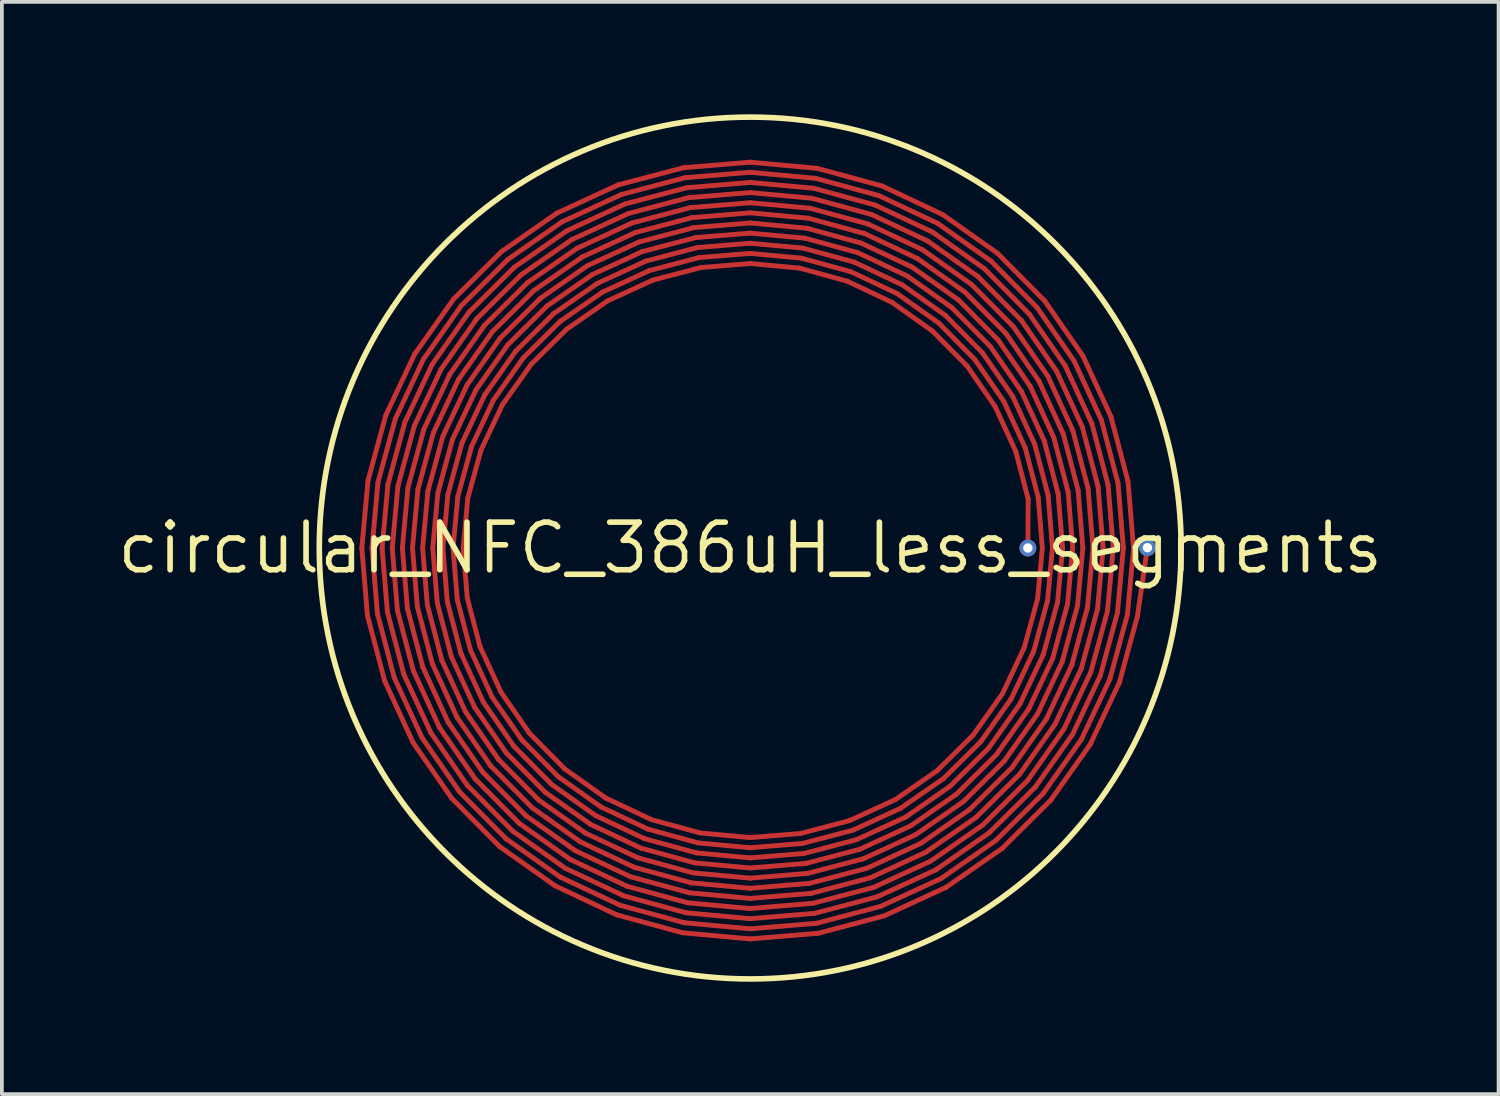
<source format=kicad_pcb>
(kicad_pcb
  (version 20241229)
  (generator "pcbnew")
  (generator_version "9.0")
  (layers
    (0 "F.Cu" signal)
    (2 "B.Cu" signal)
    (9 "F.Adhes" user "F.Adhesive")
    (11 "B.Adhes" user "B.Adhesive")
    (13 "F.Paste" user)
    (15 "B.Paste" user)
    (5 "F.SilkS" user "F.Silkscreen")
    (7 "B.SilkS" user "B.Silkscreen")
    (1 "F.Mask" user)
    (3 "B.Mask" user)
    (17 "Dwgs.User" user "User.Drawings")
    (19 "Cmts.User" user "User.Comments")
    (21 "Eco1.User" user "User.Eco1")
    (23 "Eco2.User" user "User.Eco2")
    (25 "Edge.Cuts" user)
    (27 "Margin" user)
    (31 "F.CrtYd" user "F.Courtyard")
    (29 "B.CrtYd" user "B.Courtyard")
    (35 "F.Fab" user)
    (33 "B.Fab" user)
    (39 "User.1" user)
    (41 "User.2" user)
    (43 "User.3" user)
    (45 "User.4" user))
  (footprint "circular_NFC_386uH_less_segments"
    (layer "F.Cu")
    (at 16.971 11.575)
    (property "Reference" "circular_NFC_386uH_less_segments" (at 0 0 0) (layer "F.SilkS") (effects (font (size 1.27 1.27) (thickness 0.15))))
    (fp_line (start -10.365 0) (end -10.2 -1.799) (stroke (width 0.13) (type default)) (layer "F.Cu"))
    (fp_line (start -10.215 1.801) (end -10.365 0) (stroke (width 0.13) (type default)) (layer "F.Cu"))
    (fp_line (start -10.2 -1.799) (end -9.726 -3.54) (stroke (width 0.13) (type default)) (layer "F.Cu"))
    (fp_line (start -10.094 0) (end -9.934 -1.752) (stroke (width 0.13) (type default)) (layer "F.Cu"))
    (fp_line (start -9.948 1.754) (end -10.094 0) (stroke (width 0.13) (type default)) (layer "F.Cu"))
    (fp_line (start -9.934 -1.752) (end -9.471 -3.447) (stroke (width 0.13) (type default)) (layer "F.Cu"))
    (fp_line (start -9.824 0) (end -9.667 -1.705) (stroke (width 0.13) (type default)) (layer "F.Cu"))
    (fp_line (start -9.754 3.55) (end -10.215 1.801) (stroke (width 0.13) (type default)) (layer "F.Cu"))
    (fp_line (start -9.726 -3.54) (end -8.957 -5.171) (stroke (width 0.13) (type default)) (layer "F.Cu"))
    (fp_line (start -9.682 1.707) (end -9.824 0) (stroke (width 0.13) (type default)) (layer "F.Cu"))
    (fp_line (start -9.667 -1.705) (end -9.217 -3.355) (stroke (width 0.13) (type default)) (layer "F.Cu"))
    (fp_line (start -9.553 0) (end -9.401 -1.658) (stroke (width 0.13) (type default)) (layer "F.Cu"))
    (fp_line (start -9.5 3.458) (end -9.948 1.754) (stroke (width 0.13) (type default)) (layer "F.Cu"))
    (fp_line (start -9.471 -3.447) (end -8.722 -5.036) (stroke (width 0.13) (type default)) (layer "F.Cu"))
    (fp_line (start -9.416 1.66) (end -9.553 0) (stroke (width 0.13) (type default)) (layer "F.Cu"))
    (fp_line (start -9.401 -1.658) (end -8.963 -3.262) (stroke (width 0.13) (type default)) (layer "F.Cu"))
    (fp_line (start -9.283 0) (end -9.135 -1.611) (stroke (width 0.13) (type default)) (layer "F.Cu"))
    (fp_line (start -9.246 3.365) (end -9.682 1.707) (stroke (width 0.13) (type default)) (layer "F.Cu"))
    (fp_line (start -9.217 -3.355) (end -8.488 -4.901) (stroke (width 0.13) (type default)) (layer "F.Cu"))
    (fp_line (start -9.149 1.613) (end -9.283 0) (stroke (width 0.13) (type default)) (layer "F.Cu"))
    (fp_line (start -9.135 -1.611) (end -8.709 -3.17) (stroke (width 0.13) (type default)) (layer "F.Cu"))
    (fp_line (start -9.013 0) (end -8.868 -1.564) (stroke (width 0.13) (type default)) (layer "F.Cu"))
    (fp_line (start -8.996 5.194) (end -9.754 3.55) (stroke (width 0.13) (type default)) (layer "F.Cu"))
    (fp_line (start -8.991 3.273) (end -9.416 1.66) (stroke (width 0.13) (type default)) (layer "F.Cu"))
    (fp_line (start -8.963 -3.262) (end -8.254 -4.765) (stroke (width 0.13) (type default)) (layer "F.Cu"))
    (fp_line (start -8.957 -5.171) (end -7.917 -6.643) (stroke (width 0.13) (type default)) (layer "F.Cu"))
    (fp_line (start -8.883 1.566) (end -9.013 0) (stroke (width 0.13) (type default)) (layer "F.Cu"))
    (fp_line (start -8.868 -1.564) (end -8.455 -3.077) (stroke (width 0.13) (type default)) (layer "F.Cu"))
    (fp_line (start -8.761 5.058) (end -9.5 3.458) (stroke (width 0.13) (type default)) (layer "F.Cu"))
    (fp_line (start -8.742 0) (end -8.602 -1.517) (stroke (width 0.13) (type default)) (layer "F.Cu"))
    (fp_line (start -8.737 3.18) (end -9.149 1.613) (stroke (width 0.13) (type default)) (layer "F.Cu"))
    (fp_line (start -8.722 -5.036) (end -7.71 -6.469) (stroke (width 0.13) (type default)) (layer "F.Cu"))
    (fp_line (start -8.709 -3.17) (end -8.02 -4.63) (stroke (width 0.13) (type default)) (layer "F.Cu"))
    (fp_line (start -8.617 1.519) (end -8.742 0) (stroke (width 0.13) (type default)) (layer "F.Cu"))
    (fp_line (start -8.602 -1.517) (end -8.201 -2.985) (stroke (width 0.13) (type default)) (layer "F.Cu"))
    (fp_line (start -8.527 4.923) (end -9.246 3.365) (stroke (width 0.13) (type default)) (layer "F.Cu"))
    (fp_line (start -8.488 -4.901) (end -7.503 -6.295) (stroke (width 0.13) (type default)) (layer "F.Cu"))
    (fp_line (start -8.483 3.088) (end -8.883 1.566) (stroke (width 0.13) (type default)) (layer "F.Cu"))
    (fp_line (start -8.472 0) (end -8.336 -1.47) (stroke (width 0.13) (type default)) (layer "F.Cu"))
    (fp_line (start -8.455 -3.077) (end -7.786 -4.495) (stroke (width 0.13) (type default)) (layer "F.Cu"))
    (fp_line (start -8.35 1.472) (end -8.472 0) (stroke (width 0.13) (type default)) (layer "F.Cu"))
    (fp_line (start -8.336 -1.47) (end -7.947 -2.892) (stroke (width 0.13) (type default)) (layer "F.Cu"))
    (fp_line (start -8.293 4.788) (end -8.991 3.273) (stroke (width 0.13) (type default)) (layer "F.Cu"))
    (fp_line (start -8.254 -4.765) (end -7.295 -6.122) (stroke (width 0.13) (type default)) (layer "F.Cu"))
    (fp_line (start -8.229 2.995) (end -8.617 1.519) (stroke (width 0.13) (type default)) (layer "F.Cu"))
    (fp_line (start -8.201 0) (end -8.069 -1.423) (stroke (width 0.13) (type default)) (layer "F.Cu"))
    (fp_line (start -8.201 -2.985) (end -7.551 -4.36) (stroke (width 0.13) (type default)) (layer "F.Cu"))
    (fp_line (start -8.084 1.425) (end -8.201 0) (stroke (width 0.13) (type default)) (layer "F.Cu"))
    (fp_line (start -8.069 -1.423) (end -7.693 -2.8) (stroke (width 0.13) (type default)) (layer "F.Cu"))
    (fp_line (start -8.059 4.653) (end -8.737 3.18) (stroke (width 0.13) (type default)) (layer "F.Cu"))
    (fp_line (start -8.02 -4.63) (end -7.088 -5.948) (stroke (width 0.13) (type default)) (layer "F.Cu"))
    (fp_line (start -7.975 2.903) (end -8.35 1.472) (stroke (width 0.13) (type default)) (layer "F.Cu"))
    (fp_line (start -7.963 6.682) (end -8.996 5.194) (stroke (width 0.13) (type default)) (layer "F.Cu"))
    (fp_line (start -7.947 -2.892) (end -7.317 -4.225) (stroke (width 0.13) (type default)) (layer "F.Cu"))
    (fp_line (start -7.931 0) (end -7.803 -1.376) (stroke (width 0.13) (type default)) (layer "F.Cu"))
    (fp_line (start -7.917 -6.643) (end -6.638 -7.911) (stroke (width 0.13) (type default)) (layer "F.Cu"))
    (fp_line (start -7.825 4.518) (end -8.483 3.088) (stroke (width 0.13) (type default)) (layer "F.Cu"))
    (fp_line (start -7.818 1.378) (end -7.931 0) (stroke (width 0.13) (type default)) (layer "F.Cu"))
    (fp_line (start -7.803 -1.376) (end -7.438 -2.707) (stroke (width 0.13) (type default)) (layer "F.Cu"))
    (fp_line (start -7.786 -4.495) (end -6.881 -5.774) (stroke (width 0.13) (type default)) (layer "F.Cu"))
    (fp_line (start -7.756 6.508) (end -8.761 5.058) (stroke (width 0.13) (type default)) (layer "F.Cu"))
    (fp_line (start -7.721 2.81) (end -8.084 1.425) (stroke (width 0.13) (type default)) (layer "F.Cu"))
    (fp_line (start -7.71 -6.469) (end -6.464 -7.704) (stroke (width 0.13) (type default)) (layer "F.Cu"))
    (fp_line (start -7.693 -2.8) (end -7.083 -4.089) (stroke (width 0.13) (type default)) (layer "F.Cu"))
    (fp_line (start -7.66 0) (end -7.537 -1.329) (stroke (width 0.13) (type default)) (layer "F.Cu"))
    (fp_line (start -7.59 4.382) (end -8.229 2.995) (stroke (width 0.13) (type default)) (layer "F.Cu"))
    (fp_line (start -7.551 1.332) (end -7.66 0) (stroke (width 0.13) (type default)) (layer "F.Cu"))
    (fp_line (start -7.551 -4.36) (end -6.674 -5.6) (stroke (width 0.13) (type default)) (layer "F.Cu"))
    (fp_line (start -7.549 6.334) (end -8.527 4.923) (stroke (width 0.13) (type default)) (layer "F.Cu"))
    (fp_line (start -7.537 -1.329) (end -7.184 -2.615) (stroke (width 0.13) (type default)) (layer "F.Cu"))
    (fp_line (start -7.503 -6.295) (end -6.291 -7.497) (stroke (width 0.13) (type default)) (layer "F.Cu"))
    (fp_line (start -7.467 2.718) (end -7.818 1.378) (stroke (width 0.13) (type default)) (layer "F.Cu"))
    (fp_line (start -7.438 -2.707) (end -6.849 -3.954) (stroke (width 0.13) (type default)) (layer "F.Cu"))
    (fp_line (start -7.356 4.247) (end -7.975 2.903) (stroke (width 0.13) (type default)) (layer "F.Cu"))
    (fp_line (start -7.341 6.16) (end -8.293 4.788) (stroke (width 0.13) (type default)) (layer "F.Cu"))
    (fp_line (start -7.317 -4.225) (end -6.467 -5.426) (stroke (width 0.13) (type default)) (layer "F.Cu"))
    (fp_line (start -7.295 -6.122) (end -6.117 -7.29) (stroke (width 0.13) (type default)) (layer "F.Cu"))
    (fp_line (start -7.213 2.625) (end -7.551 1.332) (stroke (width 0.13) (type default)) (layer "F.Cu"))
    (fp_line (start -7.184 -2.615) (end -6.615 -3.819) (stroke (width 0.13) (type default)) (layer "F.Cu"))
    (fp_line (start -7.134 5.986) (end -8.059 4.653) (stroke (width 0.13) (type default)) (layer "F.Cu"))
    (fp_line (start -7.122 4.112) (end -7.721 2.81) (stroke (width 0.13) (type default)) (layer "F.Cu"))
    (fp_line (start -7.088 -5.948) (end -5.943 -7.082) (stroke (width 0.13) (type default)) (layer "F.Cu"))
    (fp_line (start -7.083 -4.089) (end -6.26 -5.252) (stroke (width 0.13) (type default)) (layer "F.Cu"))
    (fp_line (start -6.927 5.813) (end -7.825 4.518) (stroke (width 0.13) (type default)) (layer "F.Cu"))
    (fp_line (start -6.888 3.977) (end -7.467 2.718) (stroke (width 0.13) (type default)) (layer "F.Cu"))
    (fp_line (start -6.881 -5.774) (end -5.769 -6.875) (stroke (width 0.13) (type default)) (layer "F.Cu"))
    (fp_line (start -6.849 -3.954) (end -6.052 -5.079) (stroke (width 0.13) (type default)) (layer "F.Cu"))
    (fp_line (start -6.72 5.639) (end -7.59 4.382) (stroke (width 0.13) (type default)) (layer "F.Cu"))
    (fp_line (start -6.686 7.969) (end -7.963 6.682) (stroke (width 0.13) (type default)) (layer "F.Cu"))
    (fp_line (start -6.674 -5.6) (end -5.595 -6.668) (stroke (width 0.13) (type default)) (layer "F.Cu"))
    (fp_line (start -6.654 3.841) (end -7.213 2.625) (stroke (width 0.13) (type default)) (layer "F.Cu"))
    (fp_line (start -6.638 -7.911) (end -5.16 -8.937) (stroke (width 0.13) (type default)) (layer "F.Cu"))
    (fp_line (start -6.615 -3.819) (end -5.845 -4.905) (stroke (width 0.13) (type default)) (layer "F.Cu"))
    (fp_line (start -6.513 5.465) (end -7.356 4.247) (stroke (width 0.13) (type default)) (layer "F.Cu"))
    (fp_line (start -6.513 7.761) (end -7.756 6.508) (stroke (width 0.13) (type default)) (layer "F.Cu"))
    (fp_line (start -6.467 -5.426) (end -5.421 -6.461) (stroke (width 0.13) (type default)) (layer "F.Cu"))
    (fp_line (start -6.464 -7.704) (end -5.025 -8.703) (stroke (width 0.13) (type default)) (layer "F.Cu"))
    (fp_line (start -6.339 7.554) (end -7.549 6.334) (stroke (width 0.13) (type default)) (layer "F.Cu"))
    (fp_line (start -6.306 5.291) (end -7.122 4.112) (stroke (width 0.13) (type default)) (layer "F.Cu"))
    (fp_line (start -6.291 -7.497) (end -4.889 -8.469) (stroke (width 0.13) (type default)) (layer "F.Cu"))
    (fp_line (start -6.26 -5.252) (end -5.248 -6.254) (stroke (width 0.13) (type default)) (layer "F.Cu"))
    (fp_line (start -6.165 7.347) (end -7.341 6.16) (stroke (width 0.13) (type default)) (layer "F.Cu"))
    (fp_line (start -6.117 -7.29) (end -4.754 -8.235) (stroke (width 0.13) (type default)) (layer "F.Cu"))
    (fp_line (start -6.098 5.117) (end -6.888 3.977) (stroke (width 0.13) (type default)) (layer "F.Cu"))
    (fp_line (start -6.052 -5.079) (end -5.074 -6.047) (stroke (width 0.13) (type default)) (layer "F.Cu"))
    (fp_line (start -5.991 7.14) (end -7.134 5.986) (stroke (width 0.13) (type default)) (layer "F.Cu"))
    (fp_line (start -5.943 -7.082) (end -4.619 -8) (stroke (width 0.13) (type default)) (layer "F.Cu"))
    (fp_line (start -5.891 4.943) (end -6.654 3.841) (stroke (width 0.13) (type default)) (layer "F.Cu"))
    (fp_line (start -5.845 -4.905) (end -4.9 -5.839) (stroke (width 0.13) (type default)) (layer "F.Cu"))
    (fp_line (start -5.817 6.933) (end -6.927 5.813) (stroke (width 0.13) (type default)) (layer "F.Cu"))
    (fp_line (start -5.769 -6.875) (end -4.484 -7.766) (stroke (width 0.13) (type default)) (layer "F.Cu"))
    (fp_line (start -5.644 6.726) (end -6.72 5.639) (stroke (width 0.13) (type default)) (layer "F.Cu"))
    (fp_line (start -5.595 -6.668) (end -4.349 -7.532) (stroke (width 0.13) (type default)) (layer "F.Cu"))
    (fp_line (start -5.47 6.519) (end -6.513 5.465) (stroke (width 0.13) (type default)) (layer "F.Cu"))
    (fp_line (start -5.421 -6.461) (end -4.213 -7.298) (stroke (width 0.13) (type default)) (layer "F.Cu"))
    (fp_line (start -5.296 6.311) (end -6.306 5.291) (stroke (width 0.13) (type default)) (layer "F.Cu"))
    (fp_line (start -5.248 -6.254) (end -4.078 -7.064) (stroke (width 0.13) (type default)) (layer "F.Cu"))
    (fp_line (start -5.205 9.015) (end -6.686 7.969) (stroke (width 0.13) (type default)) (layer "F.Cu"))
    (fp_line (start -5.16 -8.937) (end -3.527 -9.69) (stroke (width 0.13) (type default)) (layer "F.Cu"))
    (fp_line (start -5.122 6.104) (end -6.098 5.117) (stroke (width 0.13) (type default)) (layer "F.Cu"))
    (fp_line (start -5.074 -6.047) (end -3.943 -6.829) (stroke (width 0.13) (type default)) (layer "F.Cu"))
    (fp_line (start -5.07 8.781) (end -6.513 7.761) (stroke (width 0.13) (type default)) (layer "F.Cu"))
    (fp_line (start -5.025 -8.703) (end -3.434 -9.436) (stroke (width 0.13) (type default)) (layer "F.Cu"))
    (fp_line (start -4.948 5.897) (end -5.891 4.943) (stroke (width 0.13) (type default)) (layer "F.Cu"))
    (fp_line (start -4.934 8.547) (end -6.339 7.554) (stroke (width 0.13) (type default)) (layer "F.Cu"))
    (fp_line (start -4.9 -5.839) (end -3.808 -6.595) (stroke (width 0.13) (type default)) (layer "F.Cu"))
    (fp_line (start -4.889 -8.469) (end -3.342 -9.182) (stroke (width 0.13) (type default)) (layer "F.Cu"))
    (fp_line (start -4.799 8.313) (end -6.165 7.347) (stroke (width 0.13) (type default)) (layer "F.Cu"))
    (fp_line (start -4.754 -8.235) (end -3.249 -8.928) (stroke (width 0.13) (type default)) (layer "F.Cu"))
    (fp_line (start -4.664 8.078) (end -5.991 7.14) (stroke (width 0.13) (type default)) (layer "F.Cu"))
    (fp_line (start -4.619 -8) (end -3.157 -8.674) (stroke (width 0.13) (type default)) (layer "F.Cu"))
    (fp_line (start -4.529 7.844) (end -5.817 6.933) (stroke (width 0.13) (type default)) (layer "F.Cu"))
    (fp_line (start -4.484 -7.766) (end -3.065 -8.42) (stroke (width 0.13) (type default)) (layer "F.Cu"))
    (fp_line (start -4.394 7.61) (end -5.644 6.726) (stroke (width 0.13) (type default)) (layer "F.Cu"))
    (fp_line (start -4.349 -7.532) (end -2.972 -8.166) (stroke (width 0.13) (type default)) (layer "F.Cu"))
    (fp_line (start -4.258 7.376) (end -5.47 6.519) (stroke (width 0.13) (type default)) (layer "F.Cu"))
    (fp_line (start -4.213 -7.298) (end -2.88 -7.911) (stroke (width 0.13) (type default)) (layer "F.Cu"))
    (fp_line (start -4.123 7.142) (end -5.296 6.311) (stroke (width 0.13) (type default)) (layer "F.Cu"))
    (fp_line (start -4.078 -7.064) (end -2.787 -7.657) (stroke (width 0.13) (type default)) (layer "F.Cu"))
    (fp_line (start -3.988 6.907) (end -5.122 6.104) (stroke (width 0.13) (type default)) (layer "F.Cu"))
    (fp_line (start -3.943 -6.829) (end -2.695 -7.403) (stroke (width 0.13) (type default)) (layer "F.Cu"))
    (fp_line (start -3.853 6.673) (end -4.948 5.897) (stroke (width 0.13) (type default)) (layer "F.Cu"))
    (fp_line (start -3.808 -6.595) (end -2.602 -7.149) (stroke (width 0.13) (type default)) (layer "F.Cu"))
    (fp_line (start -3.563 9.789) (end -5.205 9.015) (stroke (width 0.13) (type default)) (layer "F.Cu"))
    (fp_line (start -3.527 -9.69) (end -1.789 -10.148) (stroke (width 0.13) (type default)) (layer "F.Cu"))
    (fp_line (start -3.47 9.535) (end -5.07 8.781) (stroke (width 0.13) (type default)) (layer "F.Cu"))
    (fp_line (start -3.434 -9.436) (end -1.742 -9.882) (stroke (width 0.13) (type default)) (layer "F.Cu"))
    (fp_line (start -3.378 9.281) (end -4.934 8.547) (stroke (width 0.13) (type default)) (layer "F.Cu"))
    (fp_line (start -3.342 -9.182) (end -1.695 -9.615) (stroke (width 0.13) (type default)) (layer "F.Cu"))
    (fp_line (start -3.285 9.027) (end -4.799 8.313) (stroke (width 0.13) (type default)) (layer "F.Cu"))
    (fp_line (start -3.249 -8.928) (end -1.649 -9.349) (stroke (width 0.13) (type default)) (layer "F.Cu"))
    (fp_line (start -3.193 8.773) (end -4.664 8.078) (stroke (width 0.13) (type default)) (layer "F.Cu"))
    (fp_line (start -3.157 -8.674) (end -1.602 -9.083) (stroke (width 0.13) (type default)) (layer "F.Cu"))
    (fp_line (start -3.1 8.519) (end -4.529 7.844) (stroke (width 0.13) (type default)) (layer "F.Cu"))
    (fp_line (start -3.065 -8.42) (end -1.555 -8.817) (stroke (width 0.13) (type default)) (layer "F.Cu"))
    (fp_line (start -3.008 8.264) (end -4.394 7.61) (stroke (width 0.13) (type default)) (layer "F.Cu"))
    (fp_line (start -2.972 -8.166) (end -1.508 -8.55) (stroke (width 0.13) (type default)) (layer "F.Cu"))
    (fp_line (start -2.915 8.01) (end -4.258 7.376) (stroke (width 0.13) (type default)) (layer "F.Cu"))
    (fp_line (start -2.88 -7.911) (end -1.461 -8.284) (stroke (width 0.13) (type default)) (layer "F.Cu"))
    (fp_line (start -2.823 7.756) (end -4.123 7.142) (stroke (width 0.13) (type default)) (layer "F.Cu"))
    (fp_line (start -2.787 -7.657) (end -1.414 -8.018) (stroke (width 0.13) (type default)) (layer "F.Cu"))
    (fp_line (start -2.731 7.502) (end -3.988 6.907) (stroke (width 0.13) (type default)) (layer "F.Cu"))
    (fp_line (start -2.695 -7.403) (end -1.367 -7.751) (stroke (width 0.13) (type default)) (layer "F.Cu"))
    (fp_line (start -2.638 7.248) (end -3.853 6.673) (stroke (width 0.13) (type default)) (layer "F.Cu"))
    (fp_line (start -2.602 -7.149) (end -1.32 -7.485) (stroke (width 0.13) (type default)) (layer "F.Cu"))
    (fp_line (start -1.81 10.267) (end -3.563 9.789) (stroke (width 0.13) (type default)) (layer "F.Cu"))
    (fp_line (start -1.789 -10.148) (end 0 -10.297) (stroke (width 0.13) (type default)) (layer "F.Cu"))
    (fp_line (start -1.763 10) (end -3.47 9.535) (stroke (width 0.13) (type default)) (layer "F.Cu"))
    (fp_line (start -1.742 -9.882) (end 0 -10.027) (stroke (width 0.13) (type default)) (layer "F.Cu"))
    (fp_line (start -1.716 9.734) (end -3.378 9.281) (stroke (width 0.13) (type default)) (layer "F.Cu"))
    (fp_line (start -1.695 -9.615) (end 0 -9.756) (stroke (width 0.13) (type default)) (layer "F.Cu"))
    (fp_line (start -1.669 9.468) (end -3.285 9.027) (stroke (width 0.13) (type default)) (layer "F.Cu"))
    (fp_line (start -1.649 -9.349) (end 0 -9.486) (stroke (width 0.13) (type default)) (layer "F.Cu"))
    (fp_line (start -1.622 9.201) (end -3.193 8.773) (stroke (width 0.13) (type default)) (layer "F.Cu"))
    (fp_line (start -1.602 -9.083) (end 0 -9.215) (stroke (width 0.13) (type default)) (layer "F.Cu"))
    (fp_line (start -1.575 8.935) (end -3.1 8.519) (stroke (width 0.13) (type default)) (layer "F.Cu"))
    (fp_line (start -1.555 -8.817) (end 0 -8.945) (stroke (width 0.13) (type default)) (layer "F.Cu"))
    (fp_line (start -1.529 8.669) (end -3.008 8.264) (stroke (width 0.13) (type default)) (layer "F.Cu"))
    (fp_line (start -1.508 -8.55) (end 0 -8.675) (stroke (width 0.13) (type default)) (layer "F.Cu"))
    (fp_line (start -1.482 8.402) (end -2.915 8.01) (stroke (width 0.13) (type default)) (layer "F.Cu"))
    (fp_line (start -1.461 -8.284) (end 0 -8.404) (stroke (width 0.13) (type default)) (layer "F.Cu"))
    (fp_line (start -1.435 8.136) (end -2.823 7.756) (stroke (width 0.13) (type default)) (layer "F.Cu"))
    (fp_line (start -1.414 -8.018) (end 0 -8.134) (stroke (width 0.13) (type default)) (layer "F.Cu"))
    (fp_line (start -1.388 7.87) (end -2.731 7.502) (stroke (width 0.13) (type default)) (layer "F.Cu"))
    (fp_line (start -1.367 -7.751) (end 0 -7.863) (stroke (width 0.13) (type default)) (layer "F.Cu"))
    (fp_line (start -1.341 7.603) (end -2.638 7.248) (stroke (width 0.13) (type default)) (layer "F.Cu"))
    (fp_line (start -1.32 -7.485) (end 0 -7.593) (stroke (width 0.13) (type default)) (layer "F.Cu"))
    (fp_line (start 0 -10.297) (end 1.787 -10.133) (stroke (width 0.13) (type default)) (layer "F.Cu"))
    (fp_line (start 0 -10.027) (end 1.74 -9.867) (stroke (width 0.13) (type default)) (layer "F.Cu"))
    (fp_line (start 0 -9.756) (end 1.693 -9.601) (stroke (width 0.13) (type default)) (layer "F.Cu"))
    (fp_line (start 0 -9.486) (end 1.646 -9.334) (stroke (width 0.13) (type default)) (layer "F.Cu"))
    (fp_line (start 0 -9.215) (end 1.599 -9.068) (stroke (width 0.13) (type default)) (layer "F.Cu"))
    (fp_line (start 0 -8.945) (end 1.552 -8.802) (stroke (width 0.13) (type default)) (layer "F.Cu"))
    (fp_line (start 0 -8.675) (end 1.505 -8.535) (stroke (width 0.13) (type default)) (layer "F.Cu"))
    (fp_line (start 0 -8.404) (end 1.458 -8.269) (stroke (width 0.13) (type default)) (layer "F.Cu"))
    (fp_line (start 0 -8.134) (end 1.411 -8.003) (stroke (width 0.13) (type default)) (layer "F.Cu"))
    (fp_line (start 0 -7.863) (end 1.364 -7.736) (stroke (width 0.13) (type default)) (layer "F.Cu"))
    (fp_line (start 0 -7.593) (end 1.317 -7.47) (stroke (width 0.13) (type default)) (layer "F.Cu"))
    (fp_line (start 0 7.728) (end -1.341 7.603) (stroke (width 0.13) (type default)) (layer "F.Cu"))
    (fp_line (start 0 7.999) (end -1.388 7.87) (stroke (width 0.13) (type default)) (layer "F.Cu"))
    (fp_line (start 0 8.269) (end -1.435 8.136) (stroke (width 0.13) (type default)) (layer "F.Cu"))
    (fp_line (start 0 8.539) (end -1.482 8.402) (stroke (width 0.13) (type default)) (layer "F.Cu"))
    (fp_line (start 0 8.81) (end -1.529 8.669) (stroke (width 0.13) (type default)) (layer "F.Cu"))
    (fp_line (start 0 9.08) (end -1.575 8.935) (stroke (width 0.13) (type default)) (layer "F.Cu"))
    (fp_line (start 0 9.351) (end -1.622 9.201) (stroke (width 0.13) (type default)) (layer "F.Cu"))
    (fp_line (start 0 9.621) (end -1.669 9.468) (stroke (width 0.13) (type default)) (layer "F.Cu"))
    (fp_line (start 0 9.892) (end -1.716 9.734) (stroke (width 0.13) (type default)) (layer "F.Cu"))
    (fp_line (start 0 10.162) (end -1.763 10) (stroke (width 0.13) (type default)) (layer "F.Cu"))
    (fp_line (start 0 10.432) (end -1.81 10.267) (stroke (width 0.13) (type default)) (layer "F.Cu"))
    (fp_line (start 1.317 -7.47) (end 2.592 -7.121) (stroke (width 0.13) (type default)) (layer "F.Cu"))
    (fp_line (start 1.343 7.618) (end 0 7.728) (stroke (width 0.13) (type default)) (layer "F.Cu"))
    (fp_line (start 1.364 -7.736) (end 2.684 -7.375) (stroke (width 0.13) (type default)) (layer "F.Cu"))
    (fp_line (start 1.39 7.884) (end 0 7.999) (stroke (width 0.13) (type default)) (layer "F.Cu"))
    (fp_line (start 1.411 -8.003) (end 2.777 -7.629) (stroke (width 0.13) (type default)) (layer "F.Cu"))
    (fp_line (start 1.437 8.151) (end 0 8.269) (stroke (width 0.13) (type default)) (layer "F.Cu"))
    (fp_line (start 1.458 -8.269) (end 2.869 -7.883) (stroke (width 0.13) (type default)) (layer "F.Cu"))
    (fp_line (start 1.484 8.417) (end 0 8.539) (stroke (width 0.13) (type default)) (layer "F.Cu"))
    (fp_line (start 1.505 -8.535) (end 2.962 -8.137) (stroke (width 0.13) (type default)) (layer "F.Cu"))
    (fp_line (start 1.531 8.683) (end 0 8.81) (stroke (width 0.13) (type default)) (layer "F.Cu"))
    (fp_line (start 1.552 -8.802) (end 3.054 -8.391) (stroke (width 0.13) (type default)) (layer "F.Cu"))
    (fp_line (start 1.578 8.95) (end 0 9.08) (stroke (width 0.13) (type default)) (layer "F.Cu"))
    (fp_line (start 1.599 -9.068) (end 3.147 -8.646) (stroke (width 0.13) (type default)) (layer "F.Cu"))
    (fp_line (start 1.625 9.216) (end 0 9.351) (stroke (width 0.13) (type default)) (layer "F.Cu"))
    (fp_line (start 1.646 -9.334) (end 3.239 -8.9) (stroke (width 0.13) (type default)) (layer "F.Cu"))
    (fp_line (start 1.672 9.482) (end 0 9.621) (stroke (width 0.13) (type default)) (layer "F.Cu"))
    (fp_line (start 1.693 -9.601) (end 3.332 -9.154) (stroke (width 0.13) (type default)) (layer "F.Cu"))
    (fp_line (start 1.719 9.749) (end 0 9.892) (stroke (width 0.13) (type default)) (layer "F.Cu"))
    (fp_line (start 1.74 -9.867) (end 3.424 -9.408) (stroke (width 0.13) (type default)) (layer "F.Cu"))
    (fp_line (start 1.766 10.015) (end 0 10.162) (stroke (width 0.13) (type default)) (layer "F.Cu"))
    (fp_line (start 1.787 -10.133) (end 3.517 -9.662) (stroke (width 0.13) (type default)) (layer "F.Cu"))
    (fp_line (start 1.813 10.281) (end 0 10.432) (stroke (width 0.13) (type default)) (layer "F.Cu"))
    (fp_line (start 2.592 -7.121) (end 3.785 -6.556) (stroke (width 0.13) (type default)) (layer "F.Cu"))
    (fp_line (start 2.648 7.276) (end 1.343 7.618) (stroke (width 0.13) (type default)) (layer "F.Cu"))
    (fp_line (start 2.684 -7.375) (end 3.92 -6.79) (stroke (width 0.13) (type default)) (layer "F.Cu"))
    (fp_line (start 2.741 7.53) (end 1.39 7.884) (stroke (width 0.13) (type default)) (layer "F.Cu"))
    (fp_line (start 2.777 -7.629) (end 4.056 -7.024) (stroke (width 0.13) (type default)) (layer "F.Cu"))
    (fp_line (start 2.833 7.784) (end 1.437 8.151) (stroke (width 0.13) (type default)) (layer "F.Cu"))
    (fp_line (start 2.869 -7.883) (end 4.191 -7.259) (stroke (width 0.13) (type default)) (layer "F.Cu"))
    (fp_line (start 2.926 8.039) (end 1.484 8.417) (stroke (width 0.13) (type default)) (layer "F.Cu"))
    (fp_line (start 2.962 -8.137) (end 4.326 -7.493) (stroke (width 0.13) (type default)) (layer "F.Cu"))
    (fp_line (start 3.018 8.293) (end 1.531 8.683) (stroke (width 0.13) (type default)) (layer "F.Cu"))
    (fp_line (start 3.054 -8.391) (end 4.461 -7.727) (stroke (width 0.13) (type default)) (layer "F.Cu"))
    (fp_line (start 3.111 8.547) (end 1.578 8.95) (stroke (width 0.13) (type default)) (layer "F.Cu"))
    (fp_line (start 3.147 -8.646) (end 4.596 -7.961) (stroke (width 0.13) (type default)) (layer "F.Cu"))
    (fp_line (start 3.203 8.801) (end 1.625 9.216) (stroke (width 0.13) (type default)) (layer "F.Cu"))
    (fp_line (start 3.239 -8.9) (end 4.732 -8.195) (stroke (width 0.13) (type default)) (layer "F.Cu"))
    (fp_line (start 3.296 9.055) (end 1.672 9.482) (stroke (width 0.13) (type default)) (layer "F.Cu"))
    (fp_line (start 3.332 -9.154) (end 4.867 -8.43) (stroke (width 0.13) (type default)) (layer "F.Cu"))
    (fp_line (start 3.388 9.309) (end 1.719 9.749) (stroke (width 0.13) (type default)) (layer "F.Cu"))
    (fp_line (start 3.424 -9.408) (end 5.002 -8.664) (stroke (width 0.13) (type default)) (layer "F.Cu"))
    (fp_line (start 3.481 9.563) (end 1.766 10.015) (stroke (width 0.13) (type default)) (layer "F.Cu"))
    (fp_line (start 3.517 -9.662) (end 5.137 -8.898) (stroke (width 0.13) (type default)) (layer "F.Cu"))
    (fp_line (start 3.573 9.817) (end 1.813 10.281) (stroke (width 0.13) (type default)) (layer "F.Cu"))
    (fp_line (start 3.785 -6.556) (end 4.861 -5.793) (stroke (width 0.13) (type default)) (layer "F.Cu"))
    (fp_line (start 3.875 6.712) (end 2.648 7.276) (stroke (width 0.13) (type default)) (layer "F.Cu"))
    (fp_line (start 3.92 -6.79) (end 5.035 -6.001) (stroke (width 0.13) (type default)) (layer "F.Cu"))
    (fp_line (start 4.011 6.946) (end 2.741 7.53) (stroke (width 0.13) (type default)) (layer "F.Cu"))
    (fp_line (start 4.056 -7.024) (end 5.209 -6.208) (stroke (width 0.13) (type default)) (layer "F.Cu"))
    (fp_line (start 4.146 7.181) (end 2.833 7.784) (stroke (width 0.13) (type default)) (layer "F.Cu"))
    (fp_line (start 4.191 -7.259) (end 5.383 -6.415) (stroke (width 0.13) (type default)) (layer "F.Cu"))
    (fp_line (start 4.281 7.415) (end 2.926 8.039) (stroke (width 0.13) (type default)) (layer "F.Cu"))
    (fp_line (start 4.326 -7.493) (end 5.557 -6.622) (stroke (width 0.13) (type default)) (layer "F.Cu"))
    (fp_line (start 4.416 7.649) (end 3.018 8.293) (stroke (width 0.13) (type default)) (layer "F.Cu"))
    (fp_line (start 4.461 -7.727) (end 5.73 -6.829) (stroke (width 0.13) (type default)) (layer "F.Cu"))
    (fp_line (start 4.551 7.883) (end 3.111 8.547) (stroke (width 0.13) (type default)) (layer "F.Cu"))
    (fp_line (start 4.596 -7.961) (end 5.904 -7.036) (stroke (width 0.13) (type default)) (layer "F.Cu"))
    (fp_line (start 4.687 8.117) (end 3.203 8.801) (stroke (width 0.13) (type default)) (layer "F.Cu"))
    (fp_line (start 4.732 -8.195) (end 6.078 -7.244) (stroke (width 0.13) (type default)) (layer "F.Cu"))
    (fp_line (start 4.822 8.352) (end 3.296 9.055) (stroke (width 0.13) (type default)) (layer "F.Cu"))
    (fp_line (start 4.861 -5.793) (end 5.788 -4.856) (stroke (width 0.13) (type default)) (layer "F.Cu"))
    (fp_line (start 4.867 -8.43) (end 6.252 -7.451) (stroke (width 0.13) (type default)) (layer "F.Cu"))
    (fp_line (start 4.957 8.586) (end 3.388 9.309) (stroke (width 0.13) (type default)) (layer "F.Cu"))
    (fp_line (start 4.987 5.943) (end 3.875 6.712) (stroke (width 0.13) (type default)) (layer "F.Cu"))
    (fp_line (start 5.002 -8.664) (end 6.426 -7.658) (stroke (width 0.13) (type default)) (layer "F.Cu"))
    (fp_line (start 5.035 -6.001) (end 5.995 -5.03) (stroke (width 0.13) (type default)) (layer "F.Cu"))
    (fp_line (start 5.092 8.82) (end 3.481 9.563) (stroke (width 0.13) (type default)) (layer "F.Cu"))
    (fp_line (start 5.137 -8.898) (end 6.6 -7.865) (stroke (width 0.13) (type default)) (layer "F.Cu"))
    (fp_line (start 5.161 6.15) (end 4.011 6.946) (stroke (width 0.13) (type default)) (layer "F.Cu"))
    (fp_line (start 5.209 -6.208) (end 6.202 -5.204) (stroke (width 0.13) (type default)) (layer "F.Cu"))
    (fp_line (start 5.227 9.054) (end 3.573 9.817) (stroke (width 0.13) (type default)) (layer "F.Cu"))
    (fp_line (start 5.334 6.357) (end 4.146 7.181) (stroke (width 0.13) (type default)) (layer "F.Cu"))
    (fp_line (start 5.383 -6.415) (end 6.409 -5.378) (stroke (width 0.13) (type default)) (layer "F.Cu"))
    (fp_line (start 5.508 6.565) (end 4.281 7.415) (stroke (width 0.13) (type default)) (layer "F.Cu"))
    (fp_line (start 5.557 -6.622) (end 6.616 -5.552) (stroke (width 0.13) (type default)) (layer "F.Cu"))
    (fp_line (start 5.682 6.772) (end 4.416 7.649) (stroke (width 0.13) (type default)) (layer "F.Cu"))
    (fp_line (start 5.73 -6.829) (end 6.824 -5.726) (stroke (width 0.13) (type default)) (layer "F.Cu"))
    (fp_line (start 5.788 -4.856) (end 6.537 -3.774) (stroke (width 0.13) (type default)) (layer "F.Cu"))
    (fp_line (start 5.856 6.979) (end 4.551 7.883) (stroke (width 0.13) (type default)) (layer "F.Cu"))
    (fp_line (start 5.904 -7.036) (end 7.031 -5.899) (stroke (width 0.13) (type default)) (layer "F.Cu"))
    (fp_line (start 5.949 4.992) (end 4.987 5.943) (stroke (width 0.13) (type default)) (layer "F.Cu"))
    (fp_line (start 5.995 -5.03) (end 6.771 -3.909) (stroke (width 0.13) (type default)) (layer "F.Cu"))
    (fp_line (start 6.03 7.186) (end 4.687 8.117) (stroke (width 0.13) (type default)) (layer "F.Cu"))
    (fp_line (start 6.078 -7.244) (end 7.238 -6.073) (stroke (width 0.13) (type default)) (layer "F.Cu"))
    (fp_line (start 6.156 5.165) (end 5.161 6.15) (stroke (width 0.13) (type default)) (layer "F.Cu"))
    (fp_line (start 6.202 -5.204) (end 7.005 -4.044) (stroke (width 0.13) (type default)) (layer "F.Cu"))
    (fp_line (start 6.204 7.393) (end 4.822 8.352) (stroke (width 0.13) (type default)) (layer "F.Cu"))
    (fp_line (start 6.252 -7.451) (end 7.445 -6.247) (stroke (width 0.13) (type default)) (layer "F.Cu"))
    (fp_line (start 6.363 5.339) (end 5.334 6.357) (stroke (width 0.13) (type default)) (layer "F.Cu"))
    (fp_line (start 6.377 7.6) (end 4.957 8.586) (stroke (width 0.13) (type default)) (layer "F.Cu"))
    (fp_line (start 6.409 -5.378) (end 7.239 -4.18) (stroke (width 0.13) (type default)) (layer "F.Cu"))
    (fp_line (start 6.426 -7.658) (end 7.652 -6.421) (stroke (width 0.13) (type default)) (layer "F.Cu"))
    (fp_line (start 6.537 -3.774) (end 7.086 -2.579) (stroke (width 0.13) (type default)) (layer "F.Cu"))
    (fp_line (start 6.551 7.808) (end 5.092 8.82) (stroke (width 0.13) (type default)) (layer "F.Cu"))
    (fp_line (start 6.57 5.513) (end 5.508 6.565) (stroke (width 0.13) (type default)) (layer "F.Cu"))
    (fp_line (start 6.6 -7.865) (end 7.859 -6.595) (stroke (width 0.13) (type default)) (layer "F.Cu"))
    (fp_line (start 6.616 -5.552) (end 7.473 -4.315) (stroke (width 0.13) (type default)) (layer "F.Cu"))
    (fp_line (start 6.725 8.015) (end 5.227 9.054) (stroke (width 0.13) (type default)) (layer "F.Cu"))
    (fp_line (start 6.732 3.887) (end 5.949 4.992) (stroke (width 0.13) (type default)) (layer "F.Cu"))
    (fp_line (start 6.771 -3.909) (end 7.34 -2.671) (stroke (width 0.13) (type default)) (layer "F.Cu"))
    (fp_line (start 6.777 5.687) (end 5.682 6.772) (stroke (width 0.13) (type default)) (layer "F.Cu"))
    (fp_line (start 6.824 -5.726) (end 7.708 -4.45) (stroke (width 0.13) (type default)) (layer "F.Cu"))
    (fp_line (start 6.966 4.022) (end 6.156 5.165) (stroke (width 0.13) (type default)) (layer "F.Cu"))
    (fp_line (start 6.985 5.861) (end 5.856 6.979) (stroke (width 0.13) (type default)) (layer "F.Cu"))
    (fp_line (start 7.005 -4.044) (end 7.594 -2.764) (stroke (width 0.13) (type default)) (layer "F.Cu"))
    (fp_line (start 7.031 -5.899) (end 7.942 -4.585) (stroke (width 0.13) (type default)) (layer "F.Cu"))
    (fp_line (start 7.086 -2.579) (end 7.418 -1.308) (stroke (width 0.13) (type default)) (layer "F.Cu"))
    (fp_line (start 7.192 6.035) (end 6.03 7.186) (stroke (width 0.13) (type default)) (layer "F.Cu"))
    (fp_line (start 7.2 4.157) (end 6.363 5.339) (stroke (width 0.13) (type default)) (layer "F.Cu"))
    (fp_line (start 7.238 -6.073) (end 8.176 -4.72) (stroke (width 0.13) (type default)) (layer "F.Cu"))
    (fp_line (start 7.239 -4.18) (end 7.848 -2.856) (stroke (width 0.13) (type default)) (layer "F.Cu"))
    (fp_line (start 7.311 2.661) (end 6.732 3.887) (stroke (width 0.13) (type default)) (layer "F.Cu"))
    (fp_line (start 7.34 -2.671) (end 7.685 -1.355) (stroke (width 0.13) (type default)) (layer "F.Cu"))
    (fp_line (start 7.399 6.208) (end 6.204 7.393) (stroke (width 0.13) (type default)) (layer "F.Cu"))
    (fp_line (start 7.418 -1.308) (end 7.41 0) (stroke (width 0.13) (type default)) (layer "F.Cu"))
    (fp_line (start 7.434 4.292) (end 6.57 5.513) (stroke (width 0.13) (type default)) (layer "F.Cu"))
    (fp_line (start 7.445 -6.247) (end 8.41 -4.856) (stroke (width 0.13) (type default)) (layer "F.Cu"))
    (fp_line (start 7.473 -4.315) (end 8.102 -2.949) (stroke (width 0.13) (type default)) (layer "F.Cu"))
    (fp_line (start 7.566 2.754) (end 6.966 4.022) (stroke (width 0.13) (type default)) (layer "F.Cu"))
    (fp_line (start 7.594 -2.764) (end 7.951 -1.402) (stroke (width 0.13) (type default)) (layer "F.Cu"))
    (fp_line (start 7.606 6.382) (end 6.377 7.6) (stroke (width 0.13) (type default)) (layer "F.Cu"))
    (fp_line (start 7.652 -6.421) (end 8.644 -4.991) (stroke (width 0.13) (type default)) (layer "F.Cu"))
    (fp_line (start 7.669 4.427) (end 6.777 5.687) (stroke (width 0.13) (type default)) (layer "F.Cu"))
    (fp_line (start 7.67 1.352) (end 7.311 2.661) (stroke (width 0.13) (type default)) (layer "F.Cu"))
    (fp_line (start 7.685 -1.355) (end 7.796 0) (stroke (width 0.13) (type default)) (layer "F.Cu"))
    (fp_line (start 7.708 -4.45) (end 8.356 -3.041) (stroke (width 0.13) (type default)) (layer "F.Cu"))
    (fp_line (start 7.796 0) (end 7.67 1.352) (stroke (width 0.13) (type default)) (layer "F.Cu"))
    (fp_line (start 7.813 6.556) (end 6.551 7.808) (stroke (width 0.13) (type default)) (layer "F.Cu"))
    (fp_line (start 7.82 2.846) (end 7.2 4.157) (stroke (width 0.13) (type default)) (layer "F.Cu"))
    (fp_line (start 7.848 -2.856) (end 8.217 -1.449) (stroke (width 0.13) (type default)) (layer "F.Cu"))
    (fp_line (start 7.859 -6.595) (end 8.879 -5.126) (stroke (width 0.13) (type default)) (layer "F.Cu"))
    (fp_line (start 7.903 4.563) (end 6.985 5.861) (stroke (width 0.13) (type default)) (layer "F.Cu"))
    (fp_line (start 7.936 1.399) (end 7.566 2.754) (stroke (width 0.13) (type default)) (layer "F.Cu"))
    (fp_line (start 7.942 -4.585) (end 8.61 -3.134) (stroke (width 0.13) (type default)) (layer "F.Cu"))
    (fp_line (start 7.951 -1.402) (end 8.066 0) (stroke (width 0.13) (type default)) (layer "F.Cu"))
    (fp_line (start 8.02 6.73) (end 6.725 8.015) (stroke (width 0.13) (type default)) (layer "F.Cu"))
    (fp_line (start 8.066 0) (end 7.936 1.399) (stroke (width 0.13) (type default)) (layer "F.Cu"))
    (fp_line (start 8.074 2.939) (end 7.434 4.292) (stroke (width 0.13) (type default)) (layer "F.Cu"))
    (fp_line (start 8.102 -2.949) (end 8.484 -1.496) (stroke (width 0.13) (type default)) (layer "F.Cu"))
    (fp_line (start 8.137 4.698) (end 7.192 6.035) (stroke (width 0.13) (type default)) (layer "F.Cu"))
    (fp_line (start 8.176 -4.72) (end 8.864 -3.226) (stroke (width 0.13) (type default)) (layer "F.Cu"))
    (fp_line (start 8.202 1.446) (end 7.82 2.846) (stroke (width 0.13) (type default)) (layer "F.Cu"))
    (fp_line (start 8.217 -1.449) (end 8.337 0) (stroke (width 0.13) (type default)) (layer "F.Cu"))
    (fp_line (start 8.328 3.031) (end 7.669 4.427) (stroke (width 0.13) (type default)) (layer "F.Cu"))
    (fp_line (start 8.337 0) (end 8.202 1.446) (stroke (width 0.13) (type default)) (layer "F.Cu"))
    (fp_line (start 8.356 -3.041) (end 8.75 -1.543) (stroke (width 0.13) (type default)) (layer "F.Cu"))
    (fp_line (start 8.371 4.833) (end 7.399 6.208) (stroke (width 0.13) (type default)) (layer "F.Cu"))
    (fp_line (start 8.41 -4.856) (end 9.119 -3.319) (stroke (width 0.13) (type default)) (layer "F.Cu"))
    (fp_line (start 8.469 1.493) (end 8.074 2.939) (stroke (width 0.13) (type default)) (layer "F.Cu"))
    (fp_line (start 8.484 -1.496) (end 8.607 0) (stroke (width 0.13) (type default)) (layer "F.Cu"))
    (fp_line (start 8.582 3.124) (end 7.903 4.563) (stroke (width 0.13) (type default)) (layer "F.Cu"))
    (fp_line (start 8.605 4.968) (end 7.606 6.382) (stroke (width 0.13) (type default)) (layer "F.Cu"))
    (fp_line (start 8.607 0) (end 8.469 1.493) (stroke (width 0.13) (type default)) (layer "F.Cu"))
    (fp_line (start 8.61 -3.134) (end 9.016 -1.59) (stroke (width 0.13) (type default)) (layer "F.Cu"))
    (fp_line (start 8.644 -4.991) (end 9.373 -3.411) (stroke (width 0.13) (type default)) (layer "F.Cu"))
    (fp_line (start 8.735 1.54) (end 8.328 3.031) (stroke (width 0.13) (type default)) (layer "F.Cu"))
    (fp_line (start 8.75 -1.543) (end 8.877 0) (stroke (width 0.13) (type default)) (layer "F.Cu"))
    (fp_line (start 8.836 3.216) (end 8.137 4.698) (stroke (width 0.13) (type default)) (layer "F.Cu"))
    (fp_line (start 8.84 5.104) (end 7.813 6.556) (stroke (width 0.13) (type default)) (layer "F.Cu"))
    (fp_line (start 8.864 -3.226) (end 9.283 -1.637) (stroke (width 0.13) (type default)) (layer "F.Cu"))
    (fp_line (start 8.877 0) (end 8.735 1.54) (stroke (width 0.13) (type default)) (layer "F.Cu"))
    (fp_line (start 8.879 -5.126) (end 9.627 -3.504) (stroke (width 0.13) (type default)) (layer "F.Cu"))
    (fp_line (start 9.001 1.587) (end 8.582 3.124) (stroke (width 0.13) (type default)) (layer "F.Cu"))
    (fp_line (start 9.016 -1.59) (end 9.148 0) (stroke (width 0.13) (type default)) (layer "F.Cu"))
    (fp_line (start 9.074 5.239) (end 8.02 6.73) (stroke (width 0.13) (type default)) (layer "F.Cu"))
    (fp_line (start 9.09 3.309) (end 8.371 4.833) (stroke (width 0.13) (type default)) (layer "F.Cu"))
    (fp_line (start 9.119 -3.319) (end 9.549 -1.684) (stroke (width 0.13) (type default)) (layer "F.Cu"))
    (fp_line (start 9.148 0) (end 9.001 1.587) (stroke (width 0.13) (type default)) (layer "F.Cu"))
    (fp_line (start 9.268 1.634) (end 8.836 3.216) (stroke (width 0.13) (type default)) (layer "F.Cu"))
    (fp_line (start 9.283 -1.637) (end 9.418 0) (stroke (width 0.13) (type default)) (layer "F.Cu"))
    (fp_line (start 9.344 3.401) (end 8.605 4.968) (stroke (width 0.13) (type default)) (layer "F.Cu"))
    (fp_line (start 9.373 -3.411) (end 9.815 -1.731) (stroke (width 0.13) (type default)) (layer "F.Cu"))
    (fp_line (start 9.418 0) (end 9.268 1.634) (stroke (width 0.13) (type default)) (layer "F.Cu"))
    (fp_line (start 9.534 1.681) (end 9.09 3.309) (stroke (width 0.13) (type default)) (layer "F.Cu"))
    (fp_line (start 9.549 -1.684) (end 9.689 0) (stroke (width 0.13) (type default)) (layer "F.Cu"))
    (fp_line (start 9.599 3.494) (end 8.84 5.104) (stroke (width 0.13) (type default)) (layer "F.Cu"))
    (fp_line (start 9.627 -3.504) (end 10.082 -1.778) (stroke (width 0.13) (type default)) (layer "F.Cu"))
    (fp_line (start 9.689 0) (end 9.534 1.681) (stroke (width 0.13) (type default)) (layer "F.Cu"))
    (fp_line (start 9.8 1.728) (end 9.344 3.401) (stroke (width 0.13) (type default)) (layer "F.Cu"))
    (fp_line (start 9.815 -1.731) (end 9.959 0) (stroke (width 0.13) (type default)) (layer "F.Cu"))
    (fp_line (start 9.853 3.586) (end 9.074 5.239) (stroke (width 0.13) (type default)) (layer "F.Cu"))
    (fp_line (start 9.959 0) (end 9.8 1.728) (stroke (width 0.13) (type default)) (layer "F.Cu"))
    (fp_line (start 10.067 1.775) (end 9.599 3.494) (stroke (width 0.13) (type default)) (layer "F.Cu"))
    (fp_line (start 10.082 -1.778) (end 10.23 0) (stroke (width 0.13) (type default)) (layer "F.Cu"))
    (fp_line (start 10.23 0) (end 10.067 1.775) (stroke (width 0.13) (type default)) (layer "F.Cu"))
    (fp_line (start 10.333 1.822) (end 9.853 3.586) (stroke (width 0.13) (type default)) (layer "F.Cu"))
    (fp_line (start 10.6 -0.01) (end 10.333 1.822) (stroke (width 0.13) (type default)) (layer "F.Cu"))
    (fp_circle (center 0 0) (end 0 11.5) (stroke (width 0.15) (type default)) (fill no) (layer "F.SilkS"))
    (pad "1" thru_hole circle (at 7.41 0) (size 0.45 0.45) (drill 0.25) (layers "*.Cu" "*.Mask"))
    (pad "2" thru_hole circle (at 10.6 -0.01) (size 0.45 0.45) (drill 0.25) (layers "*.Cu" "*.Mask")))
  (gr_rect
    (start -3 -3)
    (end 36.942 26.15)
    (stroke (width 0.1) (type default))
    (fill no)
    (layer "Edge.Cuts")))
</source>
